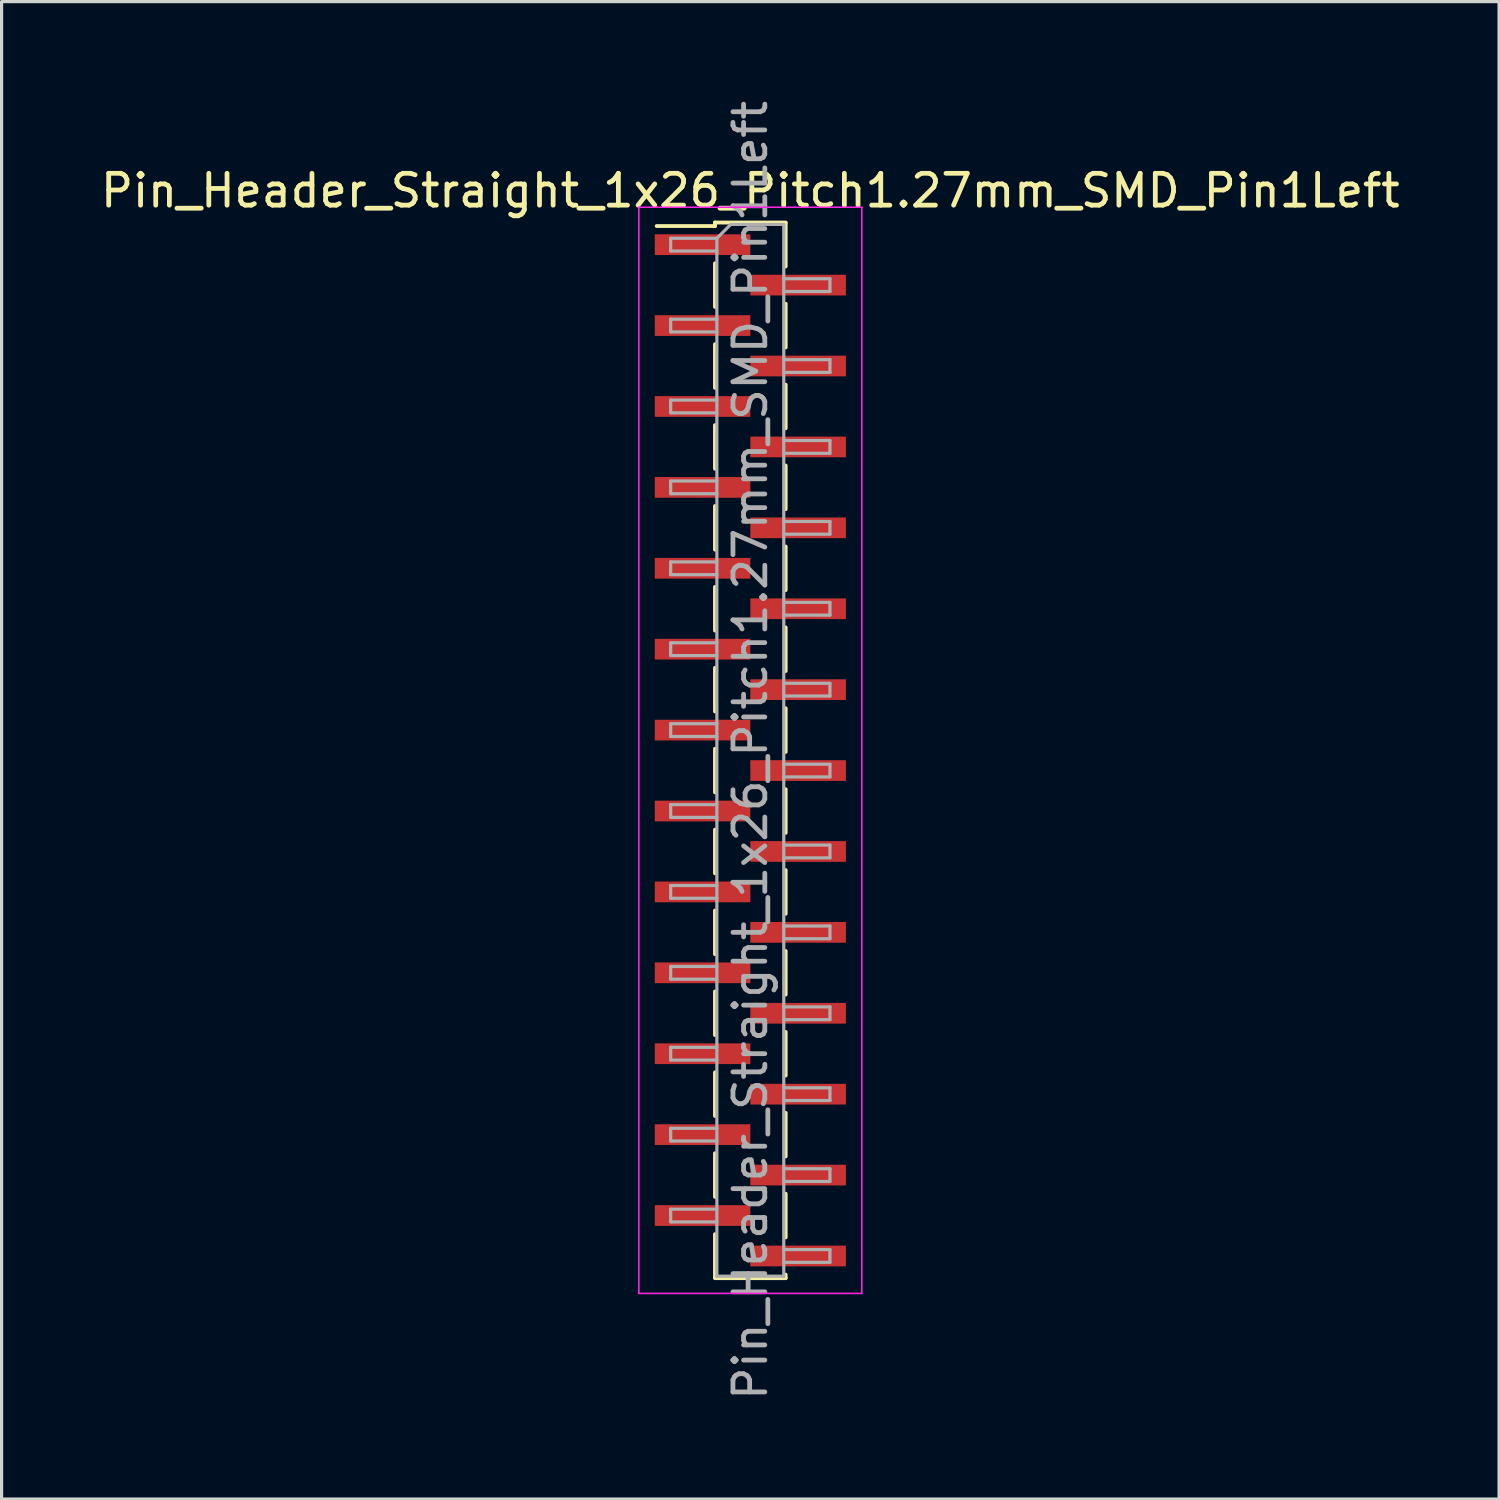
<source format=kicad_pcb>
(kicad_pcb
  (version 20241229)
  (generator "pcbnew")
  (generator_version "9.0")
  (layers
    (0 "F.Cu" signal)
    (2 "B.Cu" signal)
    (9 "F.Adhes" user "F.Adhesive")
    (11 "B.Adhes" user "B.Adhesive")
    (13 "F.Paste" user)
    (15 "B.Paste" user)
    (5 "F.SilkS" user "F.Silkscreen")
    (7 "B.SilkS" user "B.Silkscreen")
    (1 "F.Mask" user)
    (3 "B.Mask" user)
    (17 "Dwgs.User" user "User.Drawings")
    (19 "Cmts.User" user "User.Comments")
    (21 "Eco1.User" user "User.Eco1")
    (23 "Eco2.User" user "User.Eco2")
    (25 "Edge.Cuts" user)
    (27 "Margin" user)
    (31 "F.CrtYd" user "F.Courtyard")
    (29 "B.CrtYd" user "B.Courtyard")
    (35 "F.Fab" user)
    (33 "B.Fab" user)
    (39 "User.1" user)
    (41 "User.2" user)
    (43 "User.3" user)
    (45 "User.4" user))
  (footprint "Pin_Header_Straight_1x26_Pitch1.27mm_SMD_Pin1Left"
    (layer "F.Cu")
    (at 20.506 20.506)
    (property "Reference" "Pin_Header_Straight_1x26_Pitch1.27mm_SMD_Pin1Left" (at 0 -17.57 0) (layer "F.SilkS") (effects (font (size 1 1) (thickness 0.15))))
    (attr smd)
    (fp_line (start -1.11 -16.57) (end -1.11 -16.46) (stroke (width 0.12) (type solid)) (layer "F.SilkS"))
    (fp_line (start -1.11 -16.57) (end 1.11 -16.57) (stroke (width 0.12) (type solid)) (layer "F.SilkS"))
    (fp_line (start -1.11 -16.46) (end -2.94 -16.46) (stroke (width 0.12) (type solid)) (layer "F.SilkS"))
    (fp_line (start -1.11 -15.29) (end -1.11 -13.92) (stroke (width 0.12) (type solid)) (layer "F.SilkS"))
    (fp_line (start -1.11 -12.75) (end -1.11 -11.38) (stroke (width 0.12) (type solid)) (layer "F.SilkS"))
    (fp_line (start -1.11 -10.21) (end -1.11 -8.84) (stroke (width 0.12) (type solid)) (layer "F.SilkS"))
    (fp_line (start -1.11 -7.67) (end -1.11 -6.3) (stroke (width 0.12) (type solid)) (layer "F.SilkS"))
    (fp_line (start -1.11 -5.13) (end -1.11 -3.76) (stroke (width 0.12) (type solid)) (layer "F.SilkS"))
    (fp_line (start -1.11 -2.59) (end -1.11 -1.22) (stroke (width 0.12) (type solid)) (layer "F.SilkS"))
    (fp_line (start -1.11 -0.05) (end -1.11 1.32) (stroke (width 0.12) (type solid)) (layer "F.SilkS"))
    (fp_line (start -1.11 2.49) (end -1.11 3.86) (stroke (width 0.12) (type solid)) (layer "F.SilkS"))
    (fp_line (start -1.11 5.03) (end -1.11 6.4) (stroke (width 0.12) (type solid)) (layer "F.SilkS"))
    (fp_line (start -1.11 7.57) (end -1.11 8.94) (stroke (width 0.12) (type solid)) (layer "F.SilkS"))
    (fp_line (start -1.11 10.11) (end -1.11 11.48) (stroke (width 0.12) (type solid)) (layer "F.SilkS"))
    (fp_line (start -1.11 12.65) (end -1.11 14.02) (stroke (width 0.12) (type solid)) (layer "F.SilkS"))
    (fp_line (start -1.11 15.19) (end -1.11 16.56) (stroke (width 0.12) (type solid)) (layer "F.SilkS"))
    (fp_line (start -1.11 16.57) (end 1.11 16.57) (stroke (width 0.12) (type solid)) (layer "F.SilkS"))
    (fp_line (start 1.11 -16.56) (end 1.11 -15.19) (stroke (width 0.12) (type solid)) (layer "F.SilkS"))
    (fp_line (start 1.11 -14.02) (end 1.11 -12.65) (stroke (width 0.12) (type solid)) (layer "F.SilkS"))
    (fp_line (start 1.11 -11.48) (end 1.11 -10.11) (stroke (width 0.12) (type solid)) (layer "F.SilkS"))
    (fp_line (start 1.11 -8.94) (end 1.11 -7.57) (stroke (width 0.12) (type solid)) (layer "F.SilkS"))
    (fp_line (start 1.11 -6.4) (end 1.11 -5.03) (stroke (width 0.12) (type solid)) (layer "F.SilkS"))
    (fp_line (start 1.11 -3.86) (end 1.11 -2.49) (stroke (width 0.12) (type solid)) (layer "F.SilkS"))
    (fp_line (start 1.11 -1.32) (end 1.11 0.05) (stroke (width 0.12) (type solid)) (layer "F.SilkS"))
    (fp_line (start 1.11 1.22) (end 1.11 2.59) (stroke (width 0.12) (type solid)) (layer "F.SilkS"))
    (fp_line (start 1.11 3.76) (end 1.11 5.13) (stroke (width 0.12) (type solid)) (layer "F.SilkS"))
    (fp_line (start 1.11 6.3) (end 1.11 7.67) (stroke (width 0.12) (type solid)) (layer "F.SilkS"))
    (fp_line (start 1.11 8.84) (end 1.11 10.21) (stroke (width 0.12) (type solid)) (layer "F.SilkS"))
    (fp_line (start 1.11 11.38) (end 1.11 12.75) (stroke (width 0.12) (type solid)) (layer "F.SilkS"))
    (fp_line (start 1.11 13.92) (end 1.11 15.29) (stroke (width 0.12) (type solid)) (layer "F.SilkS"))
    (fp_line (start 1.11 16.46) (end 1.11 16.57) (stroke (width 0.12) (type solid)) (layer "F.SilkS"))
    (fp_line (start -3.5 -17.05) (end -3.5 17.05) (stroke (width 0.05) (type solid)) (layer "F.CrtYd"))
    (fp_line (start -3.5 17.05) (end 3.5 17.05) (stroke (width 0.05) (type solid)) (layer "F.CrtYd"))
    (fp_line (start 3.5 -17.05) (end -3.5 -17.05) (stroke (width 0.05) (type solid)) (layer "F.CrtYd"))
    (fp_line (start 3.5 17.05) (end 3.5 -17.05) (stroke (width 0.05) (type solid)) (layer "F.CrtYd"))
    (fp_line (start -2.5 -16.075) (end -2.5 -15.675) (stroke (width 0.1) (type solid)) (layer "F.Fab"))
    (fp_line (start -2.5 -15.675) (end -1.05 -15.675) (stroke (width 0.1) (type solid)) (layer "F.Fab"))
    (fp_line (start -2.5 -13.535) (end -2.5 -13.135) (stroke (width 0.1) (type solid)) (layer "F.Fab"))
    (fp_line (start -2.5 -13.135) (end -1.05 -13.135) (stroke (width 0.1) (type solid)) (layer "F.Fab"))
    (fp_line (start -2.5 -10.995) (end -2.5 -10.595) (stroke (width 0.1) (type solid)) (layer "F.Fab"))
    (fp_line (start -2.5 -10.595) (end -1.05 -10.595) (stroke (width 0.1) (type solid)) (layer "F.Fab"))
    (fp_line (start -2.5 -8.455) (end -2.5 -8.055) (stroke (width 0.1) (type solid)) (layer "F.Fab"))
    (fp_line (start -2.5 -8.055) (end -1.05 -8.055) (stroke (width 0.1) (type solid)) (layer "F.Fab"))
    (fp_line (start -2.5 -5.915) (end -2.5 -5.515) (stroke (width 0.1) (type solid)) (layer "F.Fab"))
    (fp_line (start -2.5 -5.515) (end -1.05 -5.515) (stroke (width 0.1) (type solid)) (layer "F.Fab"))
    (fp_line (start -2.5 -3.375) (end -2.5 -2.975) (stroke (width 0.1) (type solid)) (layer "F.Fab"))
    (fp_line (start -2.5 -2.975) (end -1.05 -2.975) (stroke (width 0.1) (type solid)) (layer "F.Fab"))
    (fp_line (start -2.5 -0.835) (end -2.5 -0.435) (stroke (width 0.1) (type solid)) (layer "F.Fab"))
    (fp_line (start -2.5 -0.435) (end -1.05 -0.435) (stroke (width 0.1) (type solid)) (layer "F.Fab"))
    (fp_line (start -2.5 1.705) (end -2.5 2.105) (stroke (width 0.1) (type solid)) (layer "F.Fab"))
    (fp_line (start -2.5 2.105) (end -1.05 2.105) (stroke (width 0.1) (type solid)) (layer "F.Fab"))
    (fp_line (start -2.5 4.245) (end -2.5 4.645) (stroke (width 0.1) (type solid)) (layer "F.Fab"))
    (fp_line (start -2.5 4.645) (end -1.05 4.645) (stroke (width 0.1) (type solid)) (layer "F.Fab"))
    (fp_line (start -2.5 6.785) (end -2.5 7.185) (stroke (width 0.1) (type solid)) (layer "F.Fab"))
    (fp_line (start -2.5 7.185) (end -1.05 7.185) (stroke (width 0.1) (type solid)) (layer "F.Fab"))
    (fp_line (start -2.5 9.325) (end -2.5 9.725) (stroke (width 0.1) (type solid)) (layer "F.Fab"))
    (fp_line (start -2.5 9.725) (end -1.05 9.725) (stroke (width 0.1) (type solid)) (layer "F.Fab"))
    (fp_line (start -2.5 11.865) (end -2.5 12.265) (stroke (width 0.1) (type solid)) (layer "F.Fab"))
    (fp_line (start -2.5 12.265) (end -1.05 12.265) (stroke (width 0.1) (type solid)) (layer "F.Fab"))
    (fp_line (start -2.5 14.405) (end -2.5 14.805) (stroke (width 0.1) (type solid)) (layer "F.Fab"))
    (fp_line (start -2.5 14.805) (end -1.05 14.805) (stroke (width 0.1) (type solid)) (layer "F.Fab"))
    (fp_line (start -1.05 -16.075) (end -2.5 -16.075) (stroke (width 0.1) (type solid)) (layer "F.Fab"))
    (fp_line (start -1.05 -16.075) (end -0.615 -16.51) (stroke (width 0.1) (type solid)) (layer "F.Fab"))
    (fp_line (start -1.05 -13.535) (end -2.5 -13.535) (stroke (width 0.1) (type solid)) (layer "F.Fab"))
    (fp_line (start -1.05 -10.995) (end -2.5 -10.995) (stroke (width 0.1) (type solid)) (layer "F.Fab"))
    (fp_line (start -1.05 -8.455) (end -2.5 -8.455) (stroke (width 0.1) (type solid)) (layer "F.Fab"))
    (fp_line (start -1.05 -5.915) (end -2.5 -5.915) (stroke (width 0.1) (type solid)) (layer "F.Fab"))
    (fp_line (start -1.05 -3.375) (end -2.5 -3.375) (stroke (width 0.1) (type solid)) (layer "F.Fab"))
    (fp_line (start -1.05 -0.835) (end -2.5 -0.835) (stroke (width 0.1) (type solid)) (layer "F.Fab"))
    (fp_line (start -1.05 1.705) (end -2.5 1.705) (stroke (width 0.1) (type solid)) (layer "F.Fab"))
    (fp_line (start -1.05 4.245) (end -2.5 4.245) (stroke (width 0.1) (type solid)) (layer "F.Fab"))
    (fp_line (start -1.05 6.785) (end -2.5 6.785) (stroke (width 0.1) (type solid)) (layer "F.Fab"))
    (fp_line (start -1.05 9.325) (end -2.5 9.325) (stroke (width 0.1) (type solid)) (layer "F.Fab"))
    (fp_line (start -1.05 11.865) (end -2.5 11.865) (stroke (width 0.1) (type solid)) (layer "F.Fab"))
    (fp_line (start -1.05 14.405) (end -2.5 14.405) (stroke (width 0.1) (type solid)) (layer "F.Fab"))
    (fp_line (start -1.05 16.51) (end -1.05 -16.075) (stroke (width 0.1) (type solid)) (layer "F.Fab"))
    (fp_line (start -0.615 -16.51) (end 1.05 -16.51) (stroke (width 0.1) (type solid)) (layer "F.Fab"))
    (fp_line (start 1.05 -16.51) (end 1.05 16.51) (stroke (width 0.1) (type solid)) (layer "F.Fab"))
    (fp_line (start 1.05 -14.805) (end 2.5 -14.805) (stroke (width 0.1) (type solid)) (layer "F.Fab"))
    (fp_line (start 1.05 -12.265) (end 2.5 -12.265) (stroke (width 0.1) (type solid)) (layer "F.Fab"))
    (fp_line (start 1.05 -9.725) (end 2.5 -9.725) (stroke (width 0.1) (type solid)) (layer "F.Fab"))
    (fp_line (start 1.05 -7.185) (end 2.5 -7.185) (stroke (width 0.1) (type solid)) (layer "F.Fab"))
    (fp_line (start 1.05 -4.645) (end 2.5 -4.645) (stroke (width 0.1) (type solid)) (layer "F.Fab"))
    (fp_line (start 1.05 -2.105) (end 2.5 -2.105) (stroke (width 0.1) (type solid)) (layer "F.Fab"))
    (fp_line (start 1.05 0.435) (end 2.5 0.435) (stroke (width 0.1) (type solid)) (layer "F.Fab"))
    (fp_line (start 1.05 2.975) (end 2.5 2.975) (stroke (width 0.1) (type solid)) (layer "F.Fab"))
    (fp_line (start 1.05 5.515) (end 2.5 5.515) (stroke (width 0.1) (type solid)) (layer "F.Fab"))
    (fp_line (start 1.05 8.055) (end 2.5 8.055) (stroke (width 0.1) (type solid)) (layer "F.Fab"))
    (fp_line (start 1.05 10.595) (end 2.5 10.595) (stroke (width 0.1) (type solid)) (layer "F.Fab"))
    (fp_line (start 1.05 13.135) (end 2.5 13.135) (stroke (width 0.1) (type solid)) (layer "F.Fab"))
    (fp_line (start 1.05 15.675) (end 2.5 15.675) (stroke (width 0.1) (type solid)) (layer "F.Fab"))
    (fp_line (start 1.05 16.51) (end -1.05 16.51) (stroke (width 0.1) (type solid)) (layer "F.Fab"))
    (fp_line (start 2.5 -14.805) (end 2.5 -14.405) (stroke (width 0.1) (type solid)) (layer "F.Fab"))
    (fp_line (start 2.5 -14.405) (end 1.05 -14.405) (stroke (width 0.1) (type solid)) (layer "F.Fab"))
    (fp_line (start 2.5 -12.265) (end 2.5 -11.865) (stroke (width 0.1) (type solid)) (layer "F.Fab"))
    (fp_line (start 2.5 -11.865) (end 1.05 -11.865) (stroke (width 0.1) (type solid)) (layer "F.Fab"))
    (fp_line (start 2.5 -9.725) (end 2.5 -9.325) (stroke (width 0.1) (type solid)) (layer "F.Fab"))
    (fp_line (start 2.5 -9.325) (end 1.05 -9.325) (stroke (width 0.1) (type solid)) (layer "F.Fab"))
    (fp_line (start 2.5 -7.185) (end 2.5 -6.785) (stroke (width 0.1) (type solid)) (layer "F.Fab"))
    (fp_line (start 2.5 -6.785) (end 1.05 -6.785) (stroke (width 0.1) (type solid)) (layer "F.Fab"))
    (fp_line (start 2.5 -4.645) (end 2.5 -4.245) (stroke (width 0.1) (type solid)) (layer "F.Fab"))
    (fp_line (start 2.5 -4.245) (end 1.05 -4.245) (stroke (width 0.1) (type solid)) (layer "F.Fab"))
    (fp_line (start 2.5 -2.105) (end 2.5 -1.705) (stroke (width 0.1) (type solid)) (layer "F.Fab"))
    (fp_line (start 2.5 -1.705) (end 1.05 -1.705) (stroke (width 0.1) (type solid)) (layer "F.Fab"))
    (fp_line (start 2.5 0.435) (end 2.5 0.835) (stroke (width 0.1) (type solid)) (layer "F.Fab"))
    (fp_line (start 2.5 0.835) (end 1.05 0.835) (stroke (width 0.1) (type solid)) (layer "F.Fab"))
    (fp_line (start 2.5 2.975) (end 2.5 3.375) (stroke (width 0.1) (type solid)) (layer "F.Fab"))
    (fp_line (start 2.5 3.375) (end 1.05 3.375) (stroke (width 0.1) (type solid)) (layer "F.Fab"))
    (fp_line (start 2.5 5.515) (end 2.5 5.915) (stroke (width 0.1) (type solid)) (layer "F.Fab"))
    (fp_line (start 2.5 5.915) (end 1.05 5.915) (stroke (width 0.1) (type solid)) (layer "F.Fab"))
    (fp_line (start 2.5 8.055) (end 2.5 8.455) (stroke (width 0.1) (type solid)) (layer "F.Fab"))
    (fp_line (start 2.5 8.455) (end 1.05 8.455) (stroke (width 0.1) (type solid)) (layer "F.Fab"))
    (fp_line (start 2.5 10.595) (end 2.5 10.995) (stroke (width 0.1) (type solid)) (layer "F.Fab"))
    (fp_line (start 2.5 10.995) (end 1.05 10.995) (stroke (width 0.1) (type solid)) (layer "F.Fab"))
    (fp_line (start 2.5 13.135) (end 2.5 13.535) (stroke (width 0.1) (type solid)) (layer "F.Fab"))
    (fp_line (start 2.5 13.535) (end 1.05 13.535) (stroke (width 0.1) (type solid)) (layer "F.Fab"))
    (fp_line (start 2.5 15.675) (end 2.5 16.075) (stroke (width 0.1) (type solid)) (layer "F.Fab"))
    (fp_line (start 2.5 16.075) (end 1.05 16.075) (stroke (width 0.1) (type solid)) (layer "F.Fab"))
    (fp_text user "${REFERENCE}" (at 0 0 90) (layer "F.Fab") (effects (font (size 1 1) (thickness 0.15))))
    (pad "1" smd rect (at -1.5 -15.875) (size 3 0.65) (layers "F.Cu" "F.Mask" "F.Paste"))
    (pad "2" smd rect (at 1.5 -14.605) (size 3 0.65) (layers "F.Cu" "F.Mask" "F.Paste"))
    (pad "3" smd rect (at -1.5 -13.335) (size 3 0.65) (layers "F.Cu" "F.Mask" "F.Paste"))
    (pad "4" smd rect (at 1.5 -12.065) (size 3 0.65) (layers "F.Cu" "F.Mask" "F.Paste"))
    (pad "5" smd rect (at -1.5 -10.795) (size 3 0.65) (layers "F.Cu" "F.Mask" "F.Paste"))
    (pad "6" smd rect (at 1.5 -9.525) (size 3 0.65) (layers "F.Cu" "F.Mask" "F.Paste"))
    (pad "7" smd rect (at -1.5 -8.255) (size 3 0.65) (layers "F.Cu" "F.Mask" "F.Paste"))
    (pad "8" smd rect (at 1.5 -6.985) (size 3 0.65) (layers "F.Cu" "F.Mask" "F.Paste"))
    (pad "9" smd rect (at -1.5 -5.715) (size 3 0.65) (layers "F.Cu" "F.Mask" "F.Paste"))
    (pad "10" smd rect (at 1.5 -4.445) (size 3 0.65) (layers "F.Cu" "F.Mask" "F.Paste"))
    (pad "11" smd rect (at -1.5 -3.175) (size 3 0.65) (layers "F.Cu" "F.Mask" "F.Paste"))
    (pad "12" smd rect (at 1.5 -1.905) (size 3 0.65) (layers "F.Cu" "F.Mask" "F.Paste"))
    (pad "13" smd rect (at -1.5 -0.635) (size 3 0.65) (layers "F.Cu" "F.Mask" "F.Paste"))
    (pad "14" smd rect (at 1.5 0.635) (size 3 0.65) (layers "F.Cu" "F.Mask" "F.Paste"))
    (pad "15" smd rect (at -1.5 1.905) (size 3 0.65) (layers "F.Cu" "F.Mask" "F.Paste"))
    (pad "16" smd rect (at 1.5 3.175) (size 3 0.65) (layers "F.Cu" "F.Mask" "F.Paste"))
    (pad "17" smd rect (at -1.5 4.445) (size 3 0.65) (layers "F.Cu" "F.Mask" "F.Paste"))
    (pad "18" smd rect (at 1.5 5.715) (size 3 0.65) (layers "F.Cu" "F.Mask" "F.Paste"))
    (pad "19" smd rect (at -1.5 6.985) (size 3 0.65) (layers "F.Cu" "F.Mask" "F.Paste"))
    (pad "20" smd rect (at 1.5 8.255) (size 3 0.65) (layers "F.Cu" "F.Mask" "F.Paste"))
    (pad "21" smd rect (at -1.5 9.525) (size 3 0.65) (layers "F.Cu" "F.Mask" "F.Paste"))
    (pad "22" smd rect (at 1.5 10.795) (size 3 0.65) (layers "F.Cu" "F.Mask" "F.Paste"))
    (pad "23" smd rect (at -1.5 12.065) (size 3 0.65) (layers "F.Cu" "F.Mask" "F.Paste"))
    (pad "24" smd rect (at 1.5 13.335) (size 3 0.65) (layers "F.Cu" "F.Mask" "F.Paste"))
    (pad "25" smd rect (at -1.5 14.605) (size 3 0.65) (layers "F.Cu" "F.Mask" "F.Paste"))
    (pad "26" smd rect (at 1.5 15.875) (size 3 0.65) (layers "F.Cu" "F.Mask" "F.Paste")))
  (gr_rect
    (start -3 -3)
    (end 44.012 44.012)
    (stroke (width 0.1) (type default))
    (fill no)
    (layer "Edge.Cuts")))
</source>
